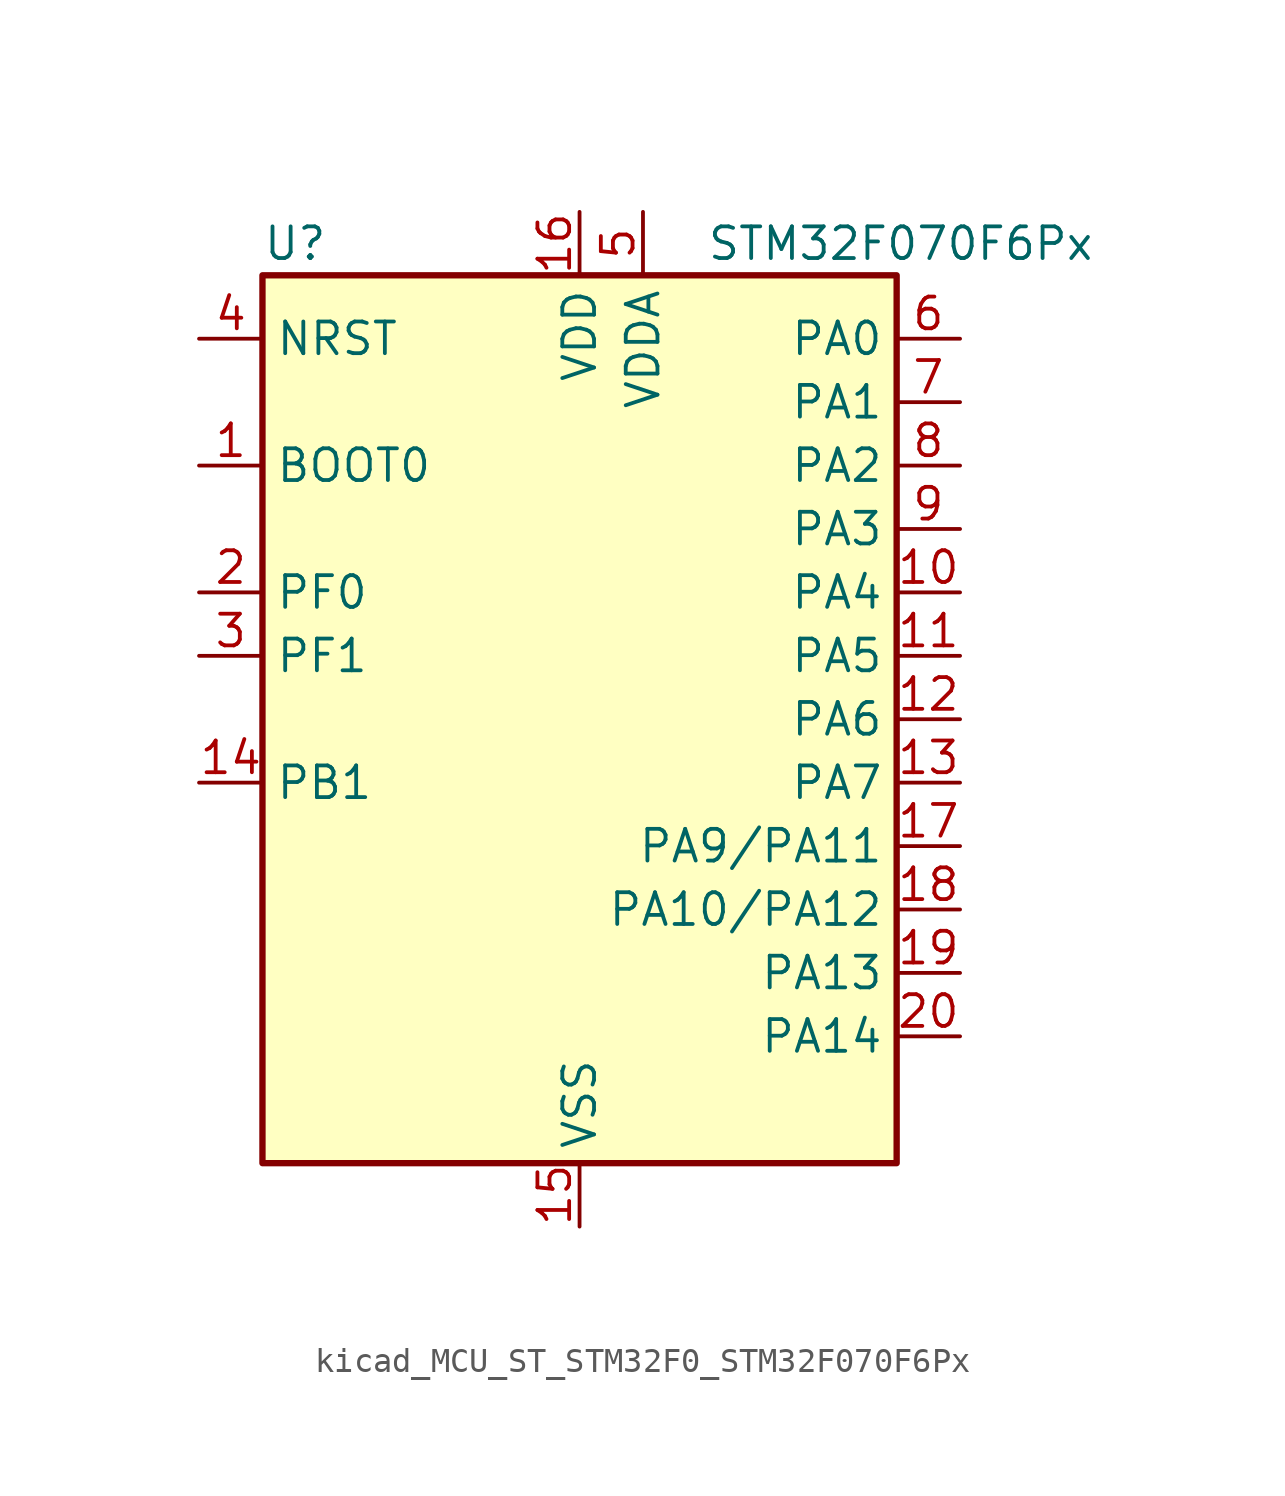
<source format=kicad_sym>
(kicad_symbol_lib
  (version 20220914)
  (generator kicad_symbol_editor)
  (symbol "kicad_MCU_ST_STM32F0_STM32F070F6Px"
    (property "Reference" "U"
      (at -12.7 19.05 0)
      (effects (font (size 1.27 1.27)) (justify left)))
    (property "Value" "STM32F070F6Px"
      (at 5.08 19.05 0)
      (effects (font (size 1.27 1.27)) (justify left)))
    (property "ki_locked" ""
      (at 0 0 0)
      (effects (font (size 1.27 1.27))))
    (symbol "kicad_MCU_ST_STM32F0_STM32F070F6Px_0_1"
      (rectangle (start -12.7 -17.78) (end 12.7 17.78) (stroke (width 0.254) (type default)) (fill (type background))))
    (symbol "kicad_MCU_ST_STM32F0_STM32F070F6Px_1_1"
      (pin input line (at -15.24 10.16 0) (length 2.54) (name "BOOT0" (effects (font (size 1.27 1.27)))) (number "1" (effects (font (size 1.27 1.27)))))
      (pin bidirectional line (at 15.24 5.08 180) (length 2.54) (name "PA4" (effects (font (size 1.27 1.27)))) (number "10" (effects (font (size 1.27 1.27)))) (alternate "ADC_IN4" bidirectional line) (alternate "SPI1_NSS" bidirectional line) (alternate "TIM14_CH1" bidirectional line) (alternate "USART2_CK" bidirectional line) (alternate "USB_NOE" bidirectional line))
      (pin bidirectional line (at 15.24 2.54 180) (length 2.54) (name "PA5" (effects (font (size 1.27 1.27)))) (number "11" (effects (font (size 1.27 1.27)))) (alternate "ADC_IN5" bidirectional line) (alternate "SPI1_SCK" bidirectional line))
      (pin bidirectional line (at 15.24 0 180) (length 2.54) (name "PA6" (effects (font (size 1.27 1.27)))) (number "12" (effects (font (size 1.27 1.27)))) (alternate "ADC_IN6" bidirectional line) (alternate "SPI1_MISO" bidirectional line) (alternate "TIM16_CH1" bidirectional line) (alternate "TIM1_BKIN" bidirectional line) (alternate "TIM3_CH1" bidirectional line))
      (pin bidirectional line (at 15.24 -2.54 180) (length 2.54) (name "PA7" (effects (font (size 1.27 1.27)))) (number "13" (effects (font (size 1.27 1.27)))) (alternate "ADC_IN7" bidirectional line) (alternate "SPI1_MOSI" bidirectional line) (alternate "TIM14_CH1" bidirectional line) (alternate "TIM17_CH1" bidirectional line) (alternate "TIM1_CH1N" bidirectional line) (alternate "TIM3_CH2" bidirectional line))
      (pin bidirectional line (at -15.24 -2.54 0) (length 2.54) (name "PB1" (effects (font (size 1.27 1.27)))) (number "14" (effects (font (size 1.27 1.27)))) (alternate "ADC_IN9" bidirectional line) (alternate "TIM14_CH1" bidirectional line) (alternate "TIM1_CH3N" bidirectional line) (alternate "TIM3_CH4" bidirectional line))
      (pin power_in line (at 0 -20.32 90) (length 2.54) (name "VSS" (effects (font (size 1.27 1.27)))) (number "15" (effects (font (size 1.27 1.27)))))
      (pin power_in line (at 0 20.32 270) (length 2.54) (name "VDD" (effects (font (size 1.27 1.27)))) (number "16" (effects (font (size 1.27 1.27)))))
      (pin bidirectional line (at 15.24 -5.08 180) (length 2.54) (name "PA9/PA11" (effects (font (size 1.27 1.27)))) (number "17" (effects (font (size 1.27 1.27)))) (alternate "I2C1_SCL" bidirectional line) (alternate "TIM1_CH2" bidirectional line) (alternate "USART1_TX" bidirectional line))
      (pin bidirectional line (at 15.24 -7.62 180) (length 2.54) (name "PA10/PA12" (effects (font (size 1.27 1.27)))) (number "18" (effects (font (size 1.27 1.27)))) (alternate "I2C1_SDA" bidirectional line) (alternate "TIM17_BKIN" bidirectional line) (alternate "TIM1_CH3" bidirectional line) (alternate "USART1_RX" bidirectional line))
      (pin bidirectional line (at 15.24 -10.16 180) (length 2.54) (name "PA13" (effects (font (size 1.27 1.27)))) (number "19" (effects (font (size 1.27 1.27)))) (alternate "IR_OUT" bidirectional line) (alternate "SYS_SWDIO" bidirectional line) (alternate "USB_NOE" bidirectional line))
      (pin bidirectional line (at -15.24 5.08 0) (length 2.54) (name "PF0" (effects (font (size 1.27 1.27)))) (number "2" (effects (font (size 1.27 1.27)))) (alternate "I2C1_SDA" bidirectional line) (alternate "RCC_OSC_IN" bidirectional line))
      (pin bidirectional line (at 15.24 -12.7 180) (length 2.54) (name "PA14" (effects (font (size 1.27 1.27)))) (number "20" (effects (font (size 1.27 1.27)))) (alternate "SYS_SWCLK" bidirectional line) (alternate "USART2_TX" bidirectional line))
      (pin bidirectional line (at -15.24 2.54 0) (length 2.54) (name "PF1" (effects (font (size 1.27 1.27)))) (number "3" (effects (font (size 1.27 1.27)))) (alternate "I2C1_SCL" bidirectional line) (alternate "RCC_OSC_OUT" bidirectional line))
      (pin input line (at -15.24 15.24 0) (length 2.54) (name "NRST" (effects (font (size 1.27 1.27)))) (number "4" (effects (font (size 1.27 1.27)))))
      (pin power_in line (at 2.54 20.32 270) (length 2.54) (name "VDDA" (effects (font (size 1.27 1.27)))) (number "5" (effects (font (size 1.27 1.27)))))
      (pin bidirectional line (at 15.24 15.24 180) (length 2.54) (name "PA0" (effects (font (size 1.27 1.27)))) (number "6" (effects (font (size 1.27 1.27)))) (alternate "ADC_IN0" bidirectional line) (alternate "RTC_TAMP2" bidirectional line) (alternate "SYS_WKUP1" bidirectional line) (alternate "USART2_CTS" bidirectional line))
      (pin bidirectional line (at 15.24 12.7 180) (length 2.54) (name "PA1" (effects (font (size 1.27 1.27)))) (number "7" (effects (font (size 1.27 1.27)))) (alternate "ADC_IN1" bidirectional line) (alternate "USART2_DE" bidirectional line) (alternate "USART2_RTS" bidirectional line))
      (pin bidirectional line (at 15.24 10.16 180) (length 2.54) (name "PA2" (effects (font (size 1.27 1.27)))) (number "8" (effects (font (size 1.27 1.27)))) (alternate "ADC_IN2" bidirectional line) (alternate "SYS_WKUP4" bidirectional line) (alternate "USART2_TX" bidirectional line))
      (pin bidirectional line (at 15.24 7.62 180) (length 2.54) (name "PA3" (effects (font (size 1.27 1.27)))) (number "9" (effects (font (size 1.27 1.27)))) (alternate "ADC_IN3" bidirectional line) (alternate "USART2_RX" bidirectional line)))))
</source>
